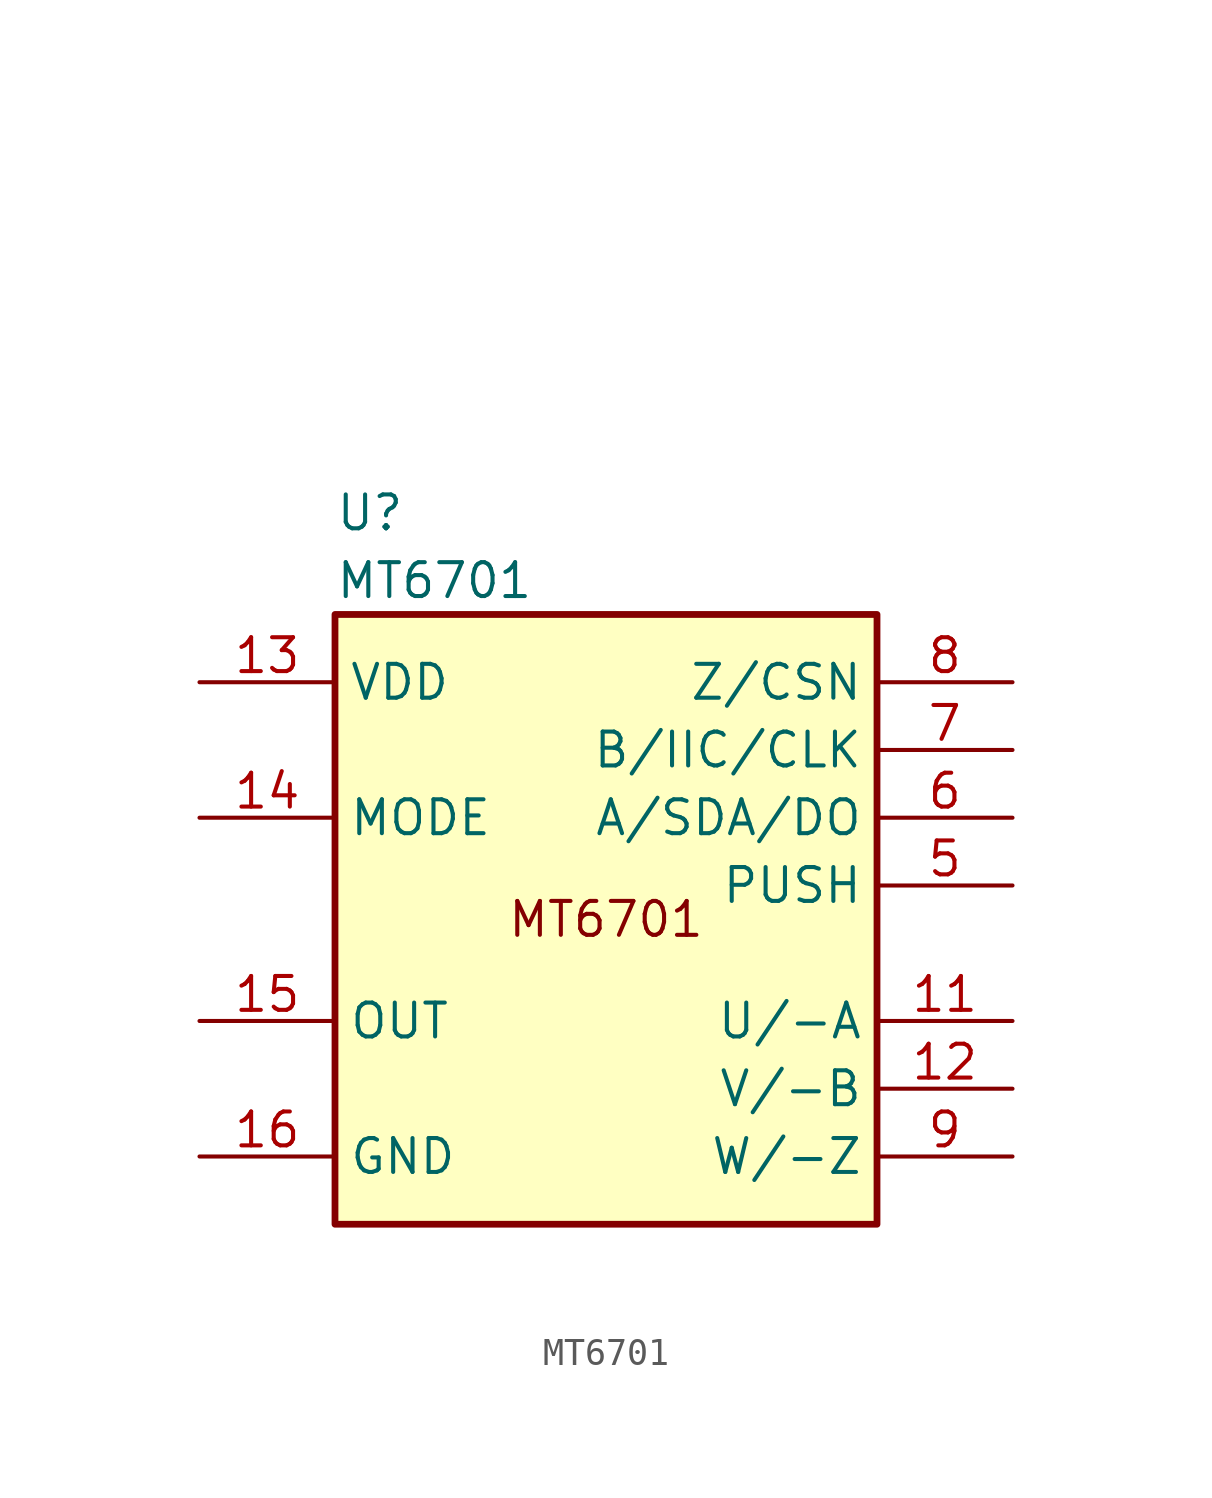
<source format=kicad_sym>
(kicad_symbol_lib
  (version 20220914)
  (generator kicad_symbol_editor)
  (symbol "MT6701"
    (property "Reference" "U"
      (at -10.16 15.24 0)
      (effects (font (size 1.27 1.27)) (justify left)))
    (property "Value" "MT6701"
      (at -10.16 12.7 0)
      (effects (font (size 1.27 1.27)) (justify left)))
    (symbol "MT6701_0_0"
      (rectangle (start -10.16 11.43) (end 10.16 -11.43) (stroke (width 0.254) (type solid)) (fill (type background)))
      (text "MT6701" (at 0 0 0) (effects (font (size 1.27 1.27)))))
    (symbol "MT6701_1_1"
      (pin no_connect line (at -2.54 26.67 0) (length 5.08) hide (name "NC" (effects (font (size 1.27 1.27)))) (number "1" (effects (font (size 1.27 1.27)))))
      (pin no_connect line (at -2.54 16.51 0) (length 5.08) hide (name "NC" (effects (font (size 1.27 1.27)))) (number "10" (effects (font (size 1.27 1.27)))))
      (pin output line (at 15.24 -3.81 180) (length 5.08) (name "U/-A" (effects (font (size 1.27 1.27)))) (number "11" (effects (font (size 1.27 1.27)))))
      (pin output line (at 15.24 -6.35 180) (length 5.08) (name "V/-B" (effects (font (size 1.27 1.27)))) (number "12" (effects (font (size 1.27 1.27)))))
      (pin power_in line (at -15.24 8.89 0) (length 5.08) (name "VDD" (effects (font (size 1.27 1.27)))) (number "13" (effects (font (size 1.27 1.27)))))
      (pin input line (at -15.24 3.81 0) (length 5.08) (name "MODE" (effects (font (size 1.27 1.27)))) (number "14" (effects (font (size 1.27 1.27)))))
      (pin output line (at -15.24 -3.81 0) (length 5.08) (name "OUT" (effects (font (size 1.27 1.27)))) (number "15" (effects (font (size 1.27 1.27)))))
      (pin power_out line (at -15.24 -8.89 0) (length 5.08) (name "GND" (effects (font (size 1.27 1.27)))) (number "16" (effects (font (size 1.27 1.27)))))
      (pin no_connect line (at -2.54 24.13 0) (length 5.08) hide (name "NC" (effects (font (size 1.27 1.27)))) (number "2" (effects (font (size 1.27 1.27)))))
      (pin no_connect line (at -2.54 21.59 0) (length 5.08) hide (name "NC" (effects (font (size 1.27 1.27)))) (number "3" (effects (font (size 1.27 1.27)))))
      (pin no_connect line (at -2.54 19.05 0) (length 5.08) hide (name "NC" (effects (font (size 1.27 1.27)))) (number "4" (effects (font (size 1.27 1.27)))))
      (pin output line (at 15.24 1.27 180) (length 5.08) (name "PUSH" (effects (font (size 1.27 1.27)))) (number "5" (effects (font (size 1.27 1.27)))))
      (pin bidirectional line (at 15.24 3.81 180) (length 5.08) (name "A/SDA/DO" (effects (font (size 1.27 1.27)))) (number "6" (effects (font (size 1.27 1.27)))))
      (pin bidirectional line (at 15.24 6.35 180) (length 5.08) (name "B/IIC/CLK" (effects (font (size 1.27 1.27)))) (number "7" (effects (font (size 1.27 1.27)))))
      (pin input line (at 15.24 8.89 180) (length 5.08) (name "Z/CSN" (effects (font (size 1.27 1.27)))) (number "8" (effects (font (size 1.27 1.27)))))
      (pin output line (at 15.24 -8.89 180) (length 5.08) (name "W/-Z" (effects (font (size 1.27 1.27)))) (number "9" (effects (font (size 1.27 1.27))))))))
</source>
